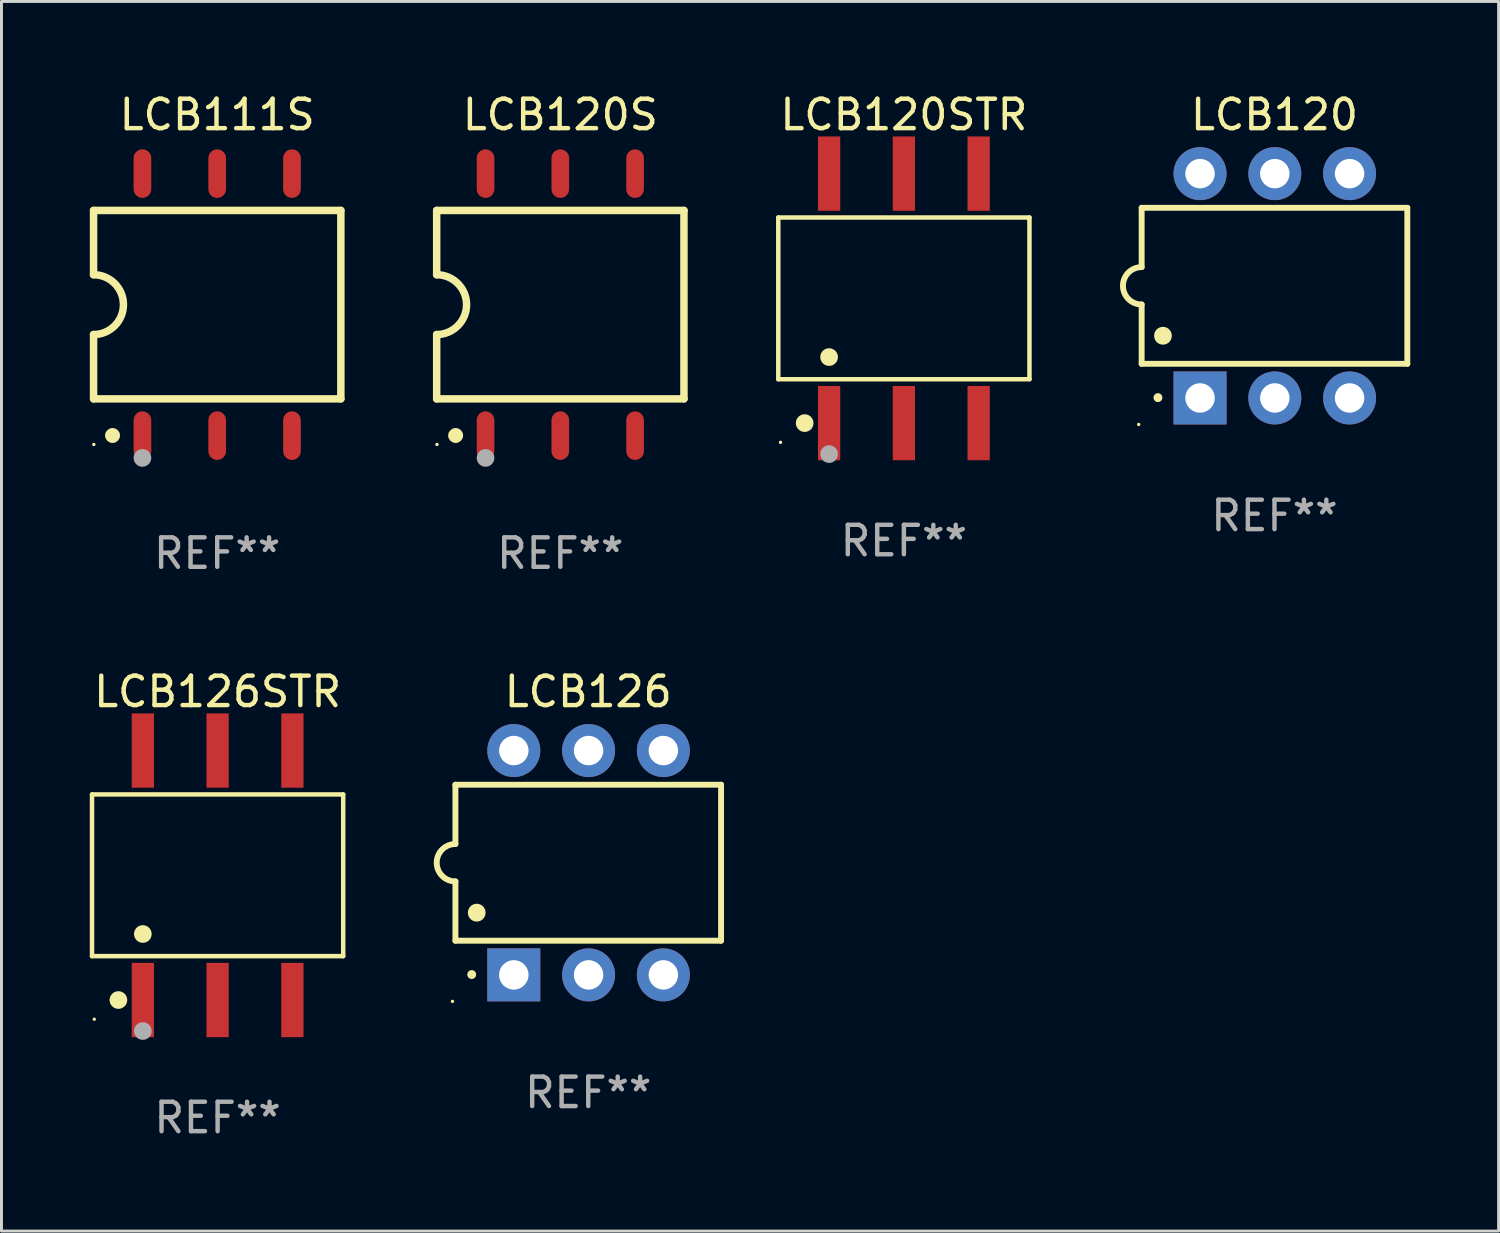
<source format=kicad_pcb>
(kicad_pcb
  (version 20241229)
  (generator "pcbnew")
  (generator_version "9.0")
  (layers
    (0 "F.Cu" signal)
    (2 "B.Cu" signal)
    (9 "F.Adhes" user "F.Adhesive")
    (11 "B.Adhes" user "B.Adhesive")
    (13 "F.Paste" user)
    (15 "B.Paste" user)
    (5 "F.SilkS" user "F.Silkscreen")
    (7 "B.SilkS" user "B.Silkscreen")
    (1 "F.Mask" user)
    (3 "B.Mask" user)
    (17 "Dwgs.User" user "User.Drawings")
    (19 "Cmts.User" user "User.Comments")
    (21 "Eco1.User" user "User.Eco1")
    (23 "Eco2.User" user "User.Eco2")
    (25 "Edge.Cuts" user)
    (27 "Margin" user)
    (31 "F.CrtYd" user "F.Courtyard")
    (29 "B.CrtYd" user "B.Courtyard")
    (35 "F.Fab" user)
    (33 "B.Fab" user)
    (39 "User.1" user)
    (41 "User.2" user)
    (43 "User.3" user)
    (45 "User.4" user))
  (footprint "LCB120STR"
    (layer "F.Cu")
    (at 27.653 7.085)
    (property "Reference" "LCB120STR" (at 0 -6.237 0) (layer "F.SilkS") (effects (font (size 1 1) (thickness 0.15))))
    (attr through_hole)
    (fp_line (start -4.266 -2.746) (end 4.266 -2.746) (stroke (width 0.152) (type solid)) (layer "F.SilkS"))
    (fp_line (start -4.266 2.746) (end -4.266 -2.746) (stroke (width 0.152) (type solid)) (layer "F.SilkS"))
    (fp_line (start 4.266 -2.746) (end 4.266 2.746) (stroke (width 0.152) (type solid)) (layer "F.SilkS"))
    (fp_line (start 4.266 2.746) (end -4.266 2.746) (stroke (width 0.152) (type solid)) (layer "F.SilkS"))
    (fp_circle (center -4.19 4.89) (end -4.16 4.89) (stroke (width 0.06) (type solid)) (fill no) (layer "F.SilkS"))
    (fp_circle (center -3.37 4.237) (end -3.22 4.237) (stroke (width 0.3) (type solid)) (fill no) (layer "F.SilkS"))
    (fp_circle (center -2.54 1.994) (end -2.39 1.994) (stroke (width 0.3) (type solid)) (fill no) (layer "F.SilkS"))
    (fp_circle (center -2.54 5.29) (end -2.39 5.29) (stroke (width 0.3) (type solid)) (fill no) (layer "F.Fab"))
    (fp_text user "REF**" (at 0 8.237 0) (layer "F.Fab") (effects (font (size 1 1) (thickness 0.15))))
    (pad "1" smd rect (at -2.54 4.237) (size 0.756 2.524) (layers "F.Cu" "F.Mask" "F.Paste"))
    (pad "2" smd rect (at 0 4.237) (size 0.756 2.524) (layers "F.Cu" "F.Mask" "F.Paste"))
    (pad "3" smd rect (at 2.54 4.237) (size 0.756 2.524) (layers "F.Cu" "F.Mask" "F.Paste"))
    (pad "4" smd rect (at 2.54 -4.237) (size 0.756 2.524) (layers "F.Cu" "F.Mask" "F.Paste"))
    (pad "5" smd rect (at 0 -4.237) (size 0.756 2.524) (layers "F.Cu" "F.Mask" "F.Paste"))
    (pad "6" smd rect (at -2.54 -4.237) (size 0.756 2.524) (layers "F.Cu" "F.Mask" "F.Paste")))
  (footprint "LCB120"
    (layer "F.Cu")
    (at 40.242 6.658)
    (property "Reference" "LCB120" (at 0 -5.81 0) (layer "F.SilkS") (effects (font (size 1 1) (thickness 0.15))))
    (attr through_hole)
    (fp_line (start -4.512 -2.649) (end 4.512 -2.649) (stroke (width 0.2) (type solid)) (layer "F.SilkS"))
    (fp_line (start -4.512 -0.635) (end -4.512 -2.649) (stroke (width 0.2) (type solid)) (layer "F.SilkS"))
    (fp_line (start -4.512 2.649) (end -4.512 0.635) (stroke (width 0.2) (type solid)) (layer "F.SilkS"))
    (fp_line (start 4.512 -2.649) (end 4.512 2.649) (stroke (width 0.2) (type solid)) (layer "F.SilkS"))
    (fp_line (start 4.512 2.649) (end -4.512 2.649) (stroke (width 0.2) (type solid)) (layer "F.SilkS"))
    (fp_arc (start -4.512319 0.635001) (mid -5.14732 0) (end -4.512319 -0.635001) (stroke (width 0.2) (type solid)) (layer "F.SilkS"))
    (fp_arc (start -3.958598 3.799848) (mid -3.958603 3.798578) (end -3.958598 3.797308) (stroke (width 0.3) (type solid)) (layer "F.SilkS"))
    (fp_arc (start -3.788418 1.699263) (mid -3.788429 1.696723) (end -3.788418 1.694183) (stroke (width 0.6) (type solid)) (layer "F.SilkS"))
    (fp_circle (center -4.612 4.71) (end -4.582 4.71) (stroke (width 0.06) (type solid)) (fill no) (layer "F.SilkS"))
    (fp_text user "REF**" (at 0 7.81 0) (layer "F.Fab") (effects (font (size 1 1) (thickness 0.15))))
    (pad "1" thru_hole rect (at -2.529 3.81 90) (size 1.8 1.8) (drill 1) (layers "*.Cu" "*.Mask"))
    (pad "2" thru_hole circle (at 0.011 3.81) (size 1.8 1.8) (drill 1) (layers "*.Cu" "*.Mask"))
    (pad "3" thru_hole circle (at 2.551 3.81) (size 1.8 1.8) (drill 1) (layers "*.Cu" "*.Mask"))
    (pad "4" thru_hole circle (at 2.551 -3.81) (size 1.8 1.8) (drill 1) (layers "*.Cu" "*.Mask"))
    (pad "5" thru_hole circle (at 0.011 -3.81) (size 1.8 1.8) (drill 1) (layers "*.Cu" "*.Mask"))
    (pad "6" thru_hole circle (at -2.529 -3.81) (size 1.8 1.8) (drill 1) (layers "*.Cu" "*.Mask")))
  (footprint "LCB111S"
    (layer "F.Cu")
    (at 4.328 7.298)
    (property "Reference" "LCB111S" (at 0 -6.45 0) (layer "F.SilkS") (effects (font (size 1 1) (thickness 0.15))))
    (attr through_hole)
    (fp_line (start -4.2 -3.2) (end -4.2 -1.016) (stroke (width 0.254) (type solid)) (layer "F.SilkS"))
    (fp_line (start -4.2 -3.2) (end 4.2 -3.2) (stroke (width 0.254) (type solid)) (layer "F.SilkS"))
    (fp_line (start -4.2 3.2) (end -4.2 1.016) (stroke (width 0.254) (type solid)) (layer "F.SilkS"))
    (fp_line (start 4.2 -3.2) (end 4.2 3.2) (stroke (width 0.254) (type solid)) (layer "F.SilkS"))
    (fp_line (start 4.2 3.2) (end -4.2 3.2) (stroke (width 0.254) (type solid)) (layer "F.SilkS"))
    (fp_arc (start -4.201169 -1.016003) (mid -3.185166 -0.000585) (end -4.2 1.016002) (stroke (width 0.254001) (type solid)) (layer "F.SilkS"))
    (fp_circle (center -4.19 4.75) (end -4.16 4.75) (stroke (width 0.06) (type solid)) (fill no) (layer "F.SilkS"))
    (fp_circle (center -3.556 4.445) (end -3.429 4.445) (stroke (width 0.254) (type solid)) (fill no) (layer "F.SilkS"))
    (fp_circle (center -2.54 5.207) (end -2.39 5.207) (stroke (width 0.3) (type solid)) (fill no) (layer "F.Fab"))
    (fp_text user "REF**" (at 0 8.45 0) (layer "F.Fab") (effects (font (size 1 1) (thickness 0.15))))
    (pad "1" smd oval (at -2.54 4.45 90) (size 1.65 0.6) (layers "F.Cu" "F.Mask" "F.Paste"))
    (pad "2" smd oval (at 0 4.45 90) (size 1.65 0.6) (layers "F.Cu" "F.Mask" "F.Paste"))
    (pad "3" smd oval (at 2.54 4.45 90) (size 1.65 0.6) (layers "F.Cu" "F.Mask" "F.Paste"))
    (pad "4" smd oval (at 2.54 -4.45 90) (size 1.65 0.6) (layers "F.Cu" "F.Mask" "F.Paste"))
    (pad "5" smd oval (at 0 -4.45 90) (size 1.65 0.6) (layers "F.Cu" "F.Mask" "F.Paste"))
    (pad "6" smd oval (at -2.54 -4.45 90) (size 1.65 0.6) (layers "F.Cu" "F.Mask" "F.Paste")))
  (footprint "LCB120S"
    (layer "F.Cu")
    (at 15.983 7.298)
    (property "Reference" "LCB120S" (at 0 -6.45 0) (layer "F.SilkS") (effects (font (size 1 1) (thickness 0.15))))
    (attr through_hole)
    (fp_line (start -4.2 -3.2) (end -4.2 -1.016) (stroke (width 0.254) (type solid)) (layer "F.SilkS"))
    (fp_line (start -4.2 -3.2) (end 4.2 -3.2) (stroke (width 0.254) (type solid)) (layer "F.SilkS"))
    (fp_line (start -4.2 3.2) (end -4.2 1.016) (stroke (width 0.254) (type solid)) (layer "F.SilkS"))
    (fp_line (start 4.2 -3.2) (end 4.2 3.2) (stroke (width 0.254) (type solid)) (layer "F.SilkS"))
    (fp_line (start 4.2 3.2) (end -4.2 3.2) (stroke (width 0.254) (type solid)) (layer "F.SilkS"))
    (fp_arc (start -4.201169 -1.016003) (mid -3.185166 -0.000585) (end -4.2 1.016002) (stroke (width 0.254001) (type solid)) (layer "F.SilkS"))
    (fp_circle (center -4.19 4.75) (end -4.16 4.75) (stroke (width 0.06) (type solid)) (fill no) (layer "F.SilkS"))
    (fp_circle (center -3.556 4.445) (end -3.429 4.445) (stroke (width 0.254) (type solid)) (fill no) (layer "F.SilkS"))
    (fp_circle (center -2.54 5.207) (end -2.39 5.207) (stroke (width 0.3) (type solid)) (fill no) (layer "F.Fab"))
    (fp_text user "REF**" (at 0 8.45 0) (layer "F.Fab") (effects (font (size 1 1) (thickness 0.15))))
    (pad "1" smd oval (at -2.54 4.45 90) (size 1.65 0.6) (layers "F.Cu" "F.Mask" "F.Paste"))
    (pad "2" smd oval (at 0 4.45 90) (size 1.65 0.6) (layers "F.Cu" "F.Mask" "F.Paste"))
    (pad "3" smd oval (at 2.54 4.45 90) (size 1.65 0.6) (layers "F.Cu" "F.Mask" "F.Paste"))
    (pad "4" smd oval (at 2.54 -4.45 90) (size 1.65 0.6) (layers "F.Cu" "F.Mask" "F.Paste"))
    (pad "5" smd oval (at 0 -4.45 90) (size 1.65 0.6) (layers "F.Cu" "F.Mask" "F.Paste"))
    (pad "6" smd oval (at -2.54 -4.45 90) (size 1.65 0.6) (layers "F.Cu" "F.Mask" "F.Paste")))
  (footprint "LCB126STR"
    (layer "F.Cu")
    (at 4.342 26.682)
    (property "Reference" "LCB126STR" (at 0 -6.237 0) (layer "F.SilkS") (effects (font (size 1 1) (thickness 0.15))))
    (attr through_hole)
    (fp_line (start -4.266 -2.746) (end 4.266 -2.746) (stroke (width 0.152) (type solid)) (layer "F.SilkS"))
    (fp_line (start -4.266 2.746) (end -4.266 -2.746) (stroke (width 0.152) (type solid)) (layer "F.SilkS"))
    (fp_line (start 4.266 -2.746) (end 4.266 2.746) (stroke (width 0.152) (type solid)) (layer "F.SilkS"))
    (fp_line (start 4.266 2.746) (end -4.266 2.746) (stroke (width 0.152) (type solid)) (layer "F.SilkS"))
    (fp_circle (center -4.19 4.89) (end -4.16 4.89) (stroke (width 0.06) (type solid)) (fill no) (layer "F.SilkS"))
    (fp_circle (center -3.37 4.237) (end -3.22 4.237) (stroke (width 0.3) (type solid)) (fill no) (layer "F.SilkS"))
    (fp_circle (center -2.54 1.994) (end -2.39 1.994) (stroke (width 0.3) (type solid)) (fill no) (layer "F.SilkS"))
    (fp_circle (center -2.54 5.29) (end -2.39 5.29) (stroke (width 0.3) (type solid)) (fill no) (layer "F.Fab"))
    (fp_text user "REF**" (at 0 8.237 0) (layer "F.Fab") (effects (font (size 1 1) (thickness 0.15))))
    (pad "1" smd rect (at -2.54 4.237) (size 0.756 2.524) (layers "F.Cu" "F.Mask" "F.Paste"))
    (pad "2" smd rect (at 0 4.237) (size 0.756 2.524) (layers "F.Cu" "F.Mask" "F.Paste"))
    (pad "3" smd rect (at 2.54 4.237) (size 0.756 2.524) (layers "F.Cu" "F.Mask" "F.Paste"))
    (pad "4" smd rect (at 2.54 -4.237) (size 0.756 2.524) (layers "F.Cu" "F.Mask" "F.Paste"))
    (pad "5" smd rect (at 0 -4.237) (size 0.756 2.524) (layers "F.Cu" "F.Mask" "F.Paste"))
    (pad "6" smd rect (at -2.54 -4.237) (size 0.756 2.524) (layers "F.Cu" "F.Mask" "F.Paste")))
  (footprint "LCB126"
    (layer "F.Cu")
    (at 16.932 26.255)
    (property "Reference" "LCB126" (at 0 -5.81 0) (layer "F.SilkS") (effects (font (size 1 1) (thickness 0.15))))
    (attr through_hole)
    (fp_line (start -4.512 -2.649) (end 4.512 -2.649) (stroke (width 0.2) (type solid)) (layer "F.SilkS"))
    (fp_line (start -4.512 -0.635) (end -4.512 -2.649) (stroke (width 0.2) (type solid)) (layer "F.SilkS"))
    (fp_line (start -4.512 2.649) (end -4.512 0.635) (stroke (width 0.2) (type solid)) (layer "F.SilkS"))
    (fp_line (start 4.512 -2.649) (end 4.512 2.649) (stroke (width 0.2) (type solid)) (layer "F.SilkS"))
    (fp_line (start 4.512 2.649) (end -4.512 2.649) (stroke (width 0.2) (type solid)) (layer "F.SilkS"))
    (fp_arc (start -4.512319 0.635001) (mid -5.14732 0) (end -4.512319 -0.635001) (stroke (width 0.2) (type solid)) (layer "F.SilkS"))
    (fp_arc (start -3.958598 3.799848) (mid -3.958603 3.798578) (end -3.958598 3.797308) (stroke (width 0.3) (type solid)) (layer "F.SilkS"))
    (fp_arc (start -3.788418 1.699263) (mid -3.788429 1.696723) (end -3.788418 1.694183) (stroke (width 0.6) (type solid)) (layer "F.SilkS"))
    (fp_circle (center -4.612 4.71) (end -4.582 4.71) (stroke (width 0.06) (type solid)) (fill no) (layer "F.SilkS"))
    (fp_text user "REF**" (at 0 7.81 0) (layer "F.Fab") (effects (font (size 1 1) (thickness 0.15))))
    (pad "1" thru_hole rect (at -2.529 3.81 90) (size 1.8 1.8) (drill 1) (layers "*.Cu" "*.Mask"))
    (pad "2" thru_hole circle (at 0.011 3.81) (size 1.8 1.8) (drill 1) (layers "*.Cu" "*.Mask"))
    (pad "3" thru_hole circle (at 2.551 3.81) (size 1.8 1.8) (drill 1) (layers "*.Cu" "*.Mask"))
    (pad "4" thru_hole circle (at 2.551 -3.81) (size 1.8 1.8) (drill 1) (layers "*.Cu" "*.Mask"))
    (pad "5" thru_hole circle (at 0.011 -3.81) (size 1.8 1.8) (drill 1) (layers "*.Cu" "*.Mask"))
    (pad "6" thru_hole circle (at -2.529 -3.81) (size 1.8 1.8) (drill 1) (layers "*.Cu" "*.Mask")))
  (gr_rect
    (start -3 -3)
    (end 47.855 38.767)
    (stroke (width 0.1) (type default))
    (fill no)
    (layer "Edge.Cuts")))
</source>
